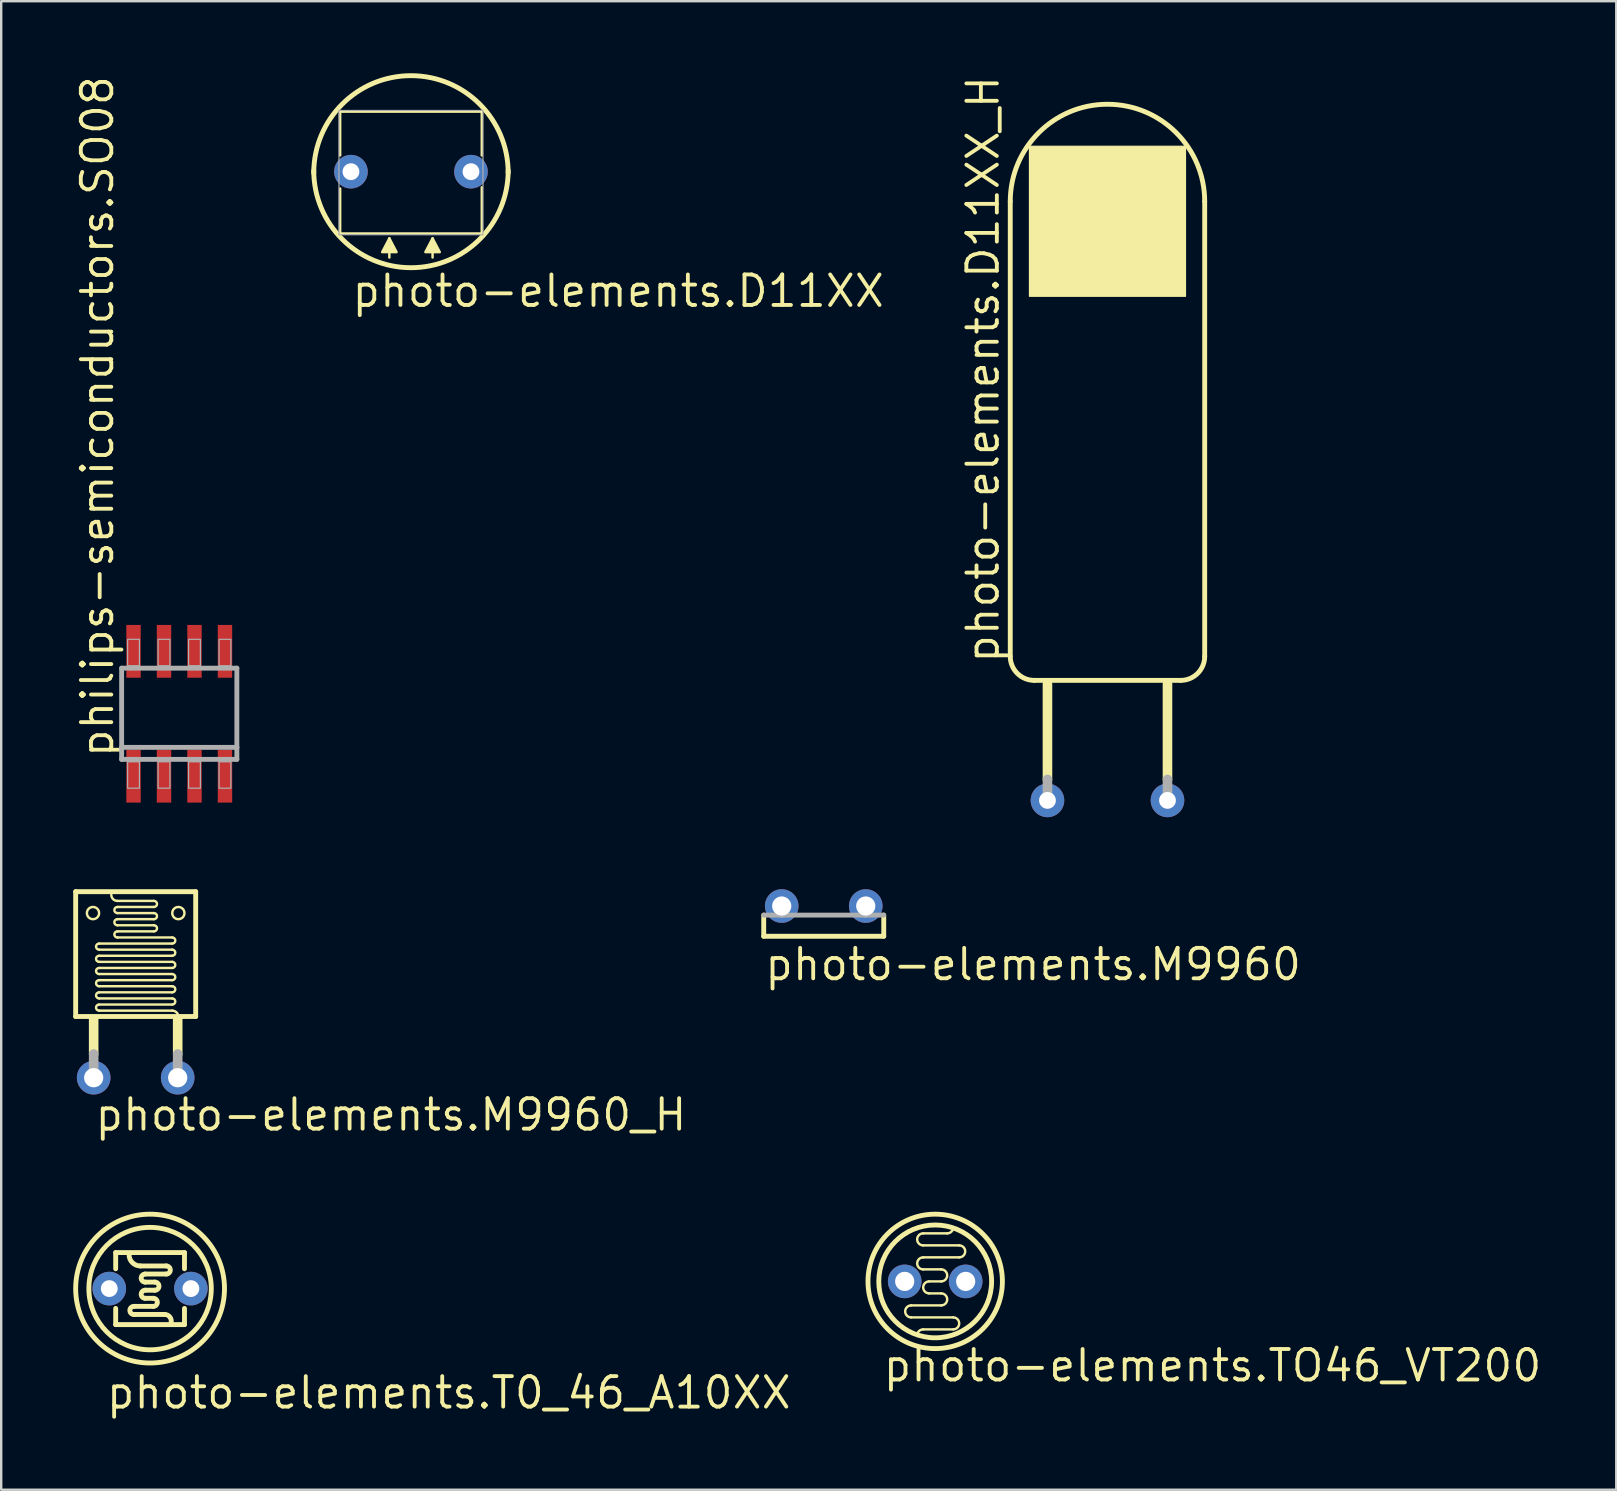
<source format=kicad_pcb>
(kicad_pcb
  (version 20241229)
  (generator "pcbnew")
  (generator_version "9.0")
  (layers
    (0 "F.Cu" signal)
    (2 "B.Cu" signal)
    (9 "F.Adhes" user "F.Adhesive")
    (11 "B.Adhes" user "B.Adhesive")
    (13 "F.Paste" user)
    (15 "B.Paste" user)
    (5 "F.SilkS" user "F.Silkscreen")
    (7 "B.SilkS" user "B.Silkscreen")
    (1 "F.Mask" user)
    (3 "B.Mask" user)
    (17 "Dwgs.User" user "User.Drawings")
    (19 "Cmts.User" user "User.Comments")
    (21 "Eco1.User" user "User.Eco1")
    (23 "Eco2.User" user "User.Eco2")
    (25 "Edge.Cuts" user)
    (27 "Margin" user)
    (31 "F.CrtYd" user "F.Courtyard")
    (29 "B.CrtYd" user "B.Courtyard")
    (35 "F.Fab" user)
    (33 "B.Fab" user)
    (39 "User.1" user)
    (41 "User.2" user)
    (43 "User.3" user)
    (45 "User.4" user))
  (footprint "photo-elements.D11XX"
    (layer "F.Cu")
    (at 14.07 4.102)
    (property "Reference" "photo-elements.D11XX" (at -2.54 5.715 0) (layer "F.SilkS") (effects (font (size 1.27 1.27) (thickness 0.16)) (justify left bottom)))
    (attr through_hole)
    (fp_line (start -2.95 -2.5) (end 2.95 -2.5) (stroke (width 0.102) (type default)) (layer "F.SilkS"))
    (fp_line (start -2.95 -0.675) (end -2.95 -2.5) (stroke (width 0.102) (type default)) (layer "F.SilkS"))
    (fp_line (start -2.95 2.575) (end -2.95 0.7) (stroke (width 0.102) (type default)) (layer "F.SilkS"))
    (fp_line (start -0.9 3.575) (end -0.9 2.775) (stroke (width 0.102) (type default)) (layer "F.SilkS"))
    (fp_line (start 0.9 3.575) (end 0.9 2.775) (stroke (width 0.102) (type default)) (layer "F.SilkS"))
    (fp_line (start 2.95 -2.5) (end 2.95 -0.675) (stroke (width 0.102) (type default)) (layer "F.SilkS"))
    (fp_line (start 2.95 0.65) (end 2.95 2.575) (stroke (width 0.102) (type default)) (layer "F.SilkS"))
    (fp_line (start 2.95 2.575) (end -2.95 2.575) (stroke (width 0.102) (type default)) (layer "F.SilkS"))
    (fp_arc (start -4.05 0.05) (mid 0 -4) (end 4.05 0.05) (stroke (width 0.2032) (type default)) (layer "F.SilkS"))
    (fp_arc (start 4.05 -0.05) (mid 0 4) (end -4.05 -0.05) (stroke (width 0.2032) (type default)) (layer "F.SilkS"))
    (fp_poly (pts (xy -0.9 2.775) (xy -1.2 3.35) (xy -0.6 3.35)) (stroke (width 0.102) (type default)) (fill yes) (layer "F.SilkS"))
    (fp_poly (pts (xy 0.9 2.775) (xy 0.6 3.35) (xy 1.2 3.35)) (stroke (width 0.102) (type default)) (fill yes) (layer "F.SilkS"))
    (fp_rect (start -3 2.625) (end 3 -2.55) (stroke (width 0.05) (type default)) (fill no) (layer "F.Fab"))
    (pad "1" thru_hole circle (at -2.5 0) (size 1.4 1.4) (drill 0.7) (layers "*.Cu" "*.Mask"))
    (pad "2" thru_hole circle (at 2.5 0) (size 1.4 1.4) (drill 0.7) (layers "*.Cu" "*.Mask")))
  (footprint "photo-elements.M9960_H"
    (layer "F.Cu")
    (at 2.602 41.845)
    (property "Reference" "photo-elements.M9960_H" (at -1.778 2.286 0) (layer "F.SilkS") (effects (font (size 1.27 1.27) (thickness 0.16)) (justify left bottom)))
    (attr through_hole)
    (fp_line (start -2.5 -7.75) (end 2.5 -7.75) (stroke (width 0.203) (type default)) (layer "F.SilkS"))
    (fp_line (start -2.5 -2.55) (end -2.5 -7.75) (stroke (width 0.203) (type default)) (layer "F.SilkS"))
    (fp_line (start -2.5 -2.55) (end 2.5 -2.55) (stroke (width 0.203) (type default)) (layer "F.SilkS"))
    (fp_line (start -1.75 -0.988) (end -1.75 -2.434) (stroke (width 0.4) (type default)) (layer "F.SilkS"))
    (fp_line (start -1.524 -5.588) (end 1.524 -5.588) (stroke (width 0.102) (type default)) (layer "F.SilkS"))
    (fp_line (start -1.524 -5.08) (end 1.524 -5.08) (stroke (width 0.102) (type default)) (layer "F.SilkS"))
    (fp_line (start -1.524 -4.572) (end 1.524 -4.572) (stroke (width 0.102) (type default)) (layer "F.SilkS"))
    (fp_line (start -1.524 -4.064) (end 1.524 -4.064) (stroke (width 0.102) (type default)) (layer "F.SilkS"))
    (fp_line (start -1.524 -3.556) (end 1.524 -3.556) (stroke (width 0.102) (type default)) (layer "F.SilkS"))
    (fp_line (start -1.524 -3.048) (end 1.524 -3.048) (stroke (width 0.102) (type default)) (layer "F.SilkS"))
    (fp_line (start -0.762 -7.112) (end 0.762 -7.112) (stroke (width 0.102) (type default)) (layer "F.SilkS"))
    (fp_line (start -0.762 -6.604) (end 0.762 -6.604) (stroke (width 0.102) (type default)) (layer "F.SilkS"))
    (fp_line (start -0.762 -6.096) (end 0.762 -6.096) (stroke (width 0.102) (type default)) (layer "F.SilkS"))
    (fp_line (start 0.762 -7.366) (end -0.762 -7.366) (stroke (width 0.102) (type default)) (layer "F.SilkS"))
    (fp_line (start 0.762 -6.858) (end -0.762 -6.858) (stroke (width 0.102) (type default)) (layer "F.SilkS"))
    (fp_line (start 0.762 -6.35) (end -0.762 -6.35) (stroke (width 0.102) (type default)) (layer "F.SilkS"))
    (fp_line (start 1.524 -5.842) (end -0.762 -5.842) (stroke (width 0.102) (type default)) (layer "F.SilkS"))
    (fp_line (start 1.524 -5.334) (end -1.524 -5.334) (stroke (width 0.102) (type default)) (layer "F.SilkS"))
    (fp_line (start 1.524 -4.826) (end -1.524 -4.826) (stroke (width 0.102) (type default)) (layer "F.SilkS"))
    (fp_line (start 1.524 -4.318) (end -1.524 -4.318) (stroke (width 0.102) (type default)) (layer "F.SilkS"))
    (fp_line (start 1.524 -3.81) (end -1.524 -3.81) (stroke (width 0.102) (type default)) (layer "F.SilkS"))
    (fp_line (start 1.524 -3.302) (end -1.524 -3.302) (stroke (width 0.102) (type default)) (layer "F.SilkS"))
    (fp_line (start 1.524 -2.794) (end -1.524 -2.794) (stroke (width 0.102) (type default)) (layer "F.SilkS"))
    (fp_line (start 1.75 -0.988) (end 1.75 -2.434) (stroke (width 0.4) (type default)) (layer "F.SilkS"))
    (fp_line (start 2.5 -2.55) (end 2.5 -7.75) (stroke (width 0.203) (type default)) (layer "F.SilkS"))
    (fp_arc (start -1.524 -5.334) (mid -1.651 -5.461) (end -1.524 -5.588) (stroke (width 0.1016) (type default)) (layer "F.SilkS"))
    (fp_arc (start -1.524 -4.826) (mid -1.651 -4.953) (end -1.524 -5.08) (stroke (width 0.1016) (type default)) (layer "F.SilkS"))
    (fp_arc (start -1.524 -4.318) (mid -1.651 -4.445) (end -1.524 -4.572) (stroke (width 0.1016) (type default)) (layer "F.SilkS"))
    (fp_arc (start -1.524 -3.81) (mid -1.651 -3.937) (end -1.524 -4.064) (stroke (width 0.1016) (type default)) (layer "F.SilkS"))
    (fp_arc (start -1.524 -3.302) (mid -1.651 -3.429) (end -1.524 -3.556) (stroke (width 0.1016) (type default)) (layer "F.SilkS"))
    (fp_arc (start -1.524 -2.794) (mid -1.651 -2.921) (end -1.524 -3.048) (stroke (width 0.1016) (type default)) (layer "F.SilkS"))
    (fp_arc (start -0.762 -7.366) (mid -0.941605 -7.440395) (end -1.016 -7.62) (stroke (width 0.1016) (type default)) (layer "F.SilkS"))
    (fp_arc (start -0.762 -6.858) (mid -0.889 -6.985) (end -0.762 -7.112) (stroke (width 0.1016) (type default)) (layer "F.SilkS"))
    (fp_arc (start -0.762 -6.35) (mid -0.889 -6.477) (end -0.762 -6.604) (stroke (width 0.1016) (type default)) (layer "F.SilkS"))
    (fp_arc (start -0.762 -5.842) (mid -0.889 -5.969) (end -0.762 -6.096) (stroke (width 0.1016) (type default)) (layer "F.SilkS"))
    (fp_arc (start 0.762 -7.366) (mid 0.889 -7.239) (end 0.762 -7.112) (stroke (width 0.1016) (type default)) (layer "F.SilkS"))
    (fp_arc (start 0.762 -6.858) (mid 0.889 -6.731) (end 0.762 -6.604) (stroke (width 0.1016) (type default)) (layer "F.SilkS"))
    (fp_arc (start 0.762 -6.35) (mid 0.889 -6.223) (end 0.762 -6.096) (stroke (width 0.1016) (type default)) (layer "F.SilkS"))
    (fp_arc (start 1.524 -5.842) (mid 1.651 -5.715) (end 1.524 -5.588) (stroke (width 0.1016) (type default)) (layer "F.SilkS"))
    (fp_arc (start 1.524 -5.334) (mid 1.651 -5.207) (end 1.524 -5.08) (stroke (width 0.1016) (type default)) (layer "F.SilkS"))
    (fp_arc (start 1.524 -4.826) (mid 1.651 -4.699) (end 1.524 -4.572) (stroke (width 0.1016) (type default)) (layer "F.SilkS"))
    (fp_arc (start 1.524 -4.318) (mid 1.651 -4.191) (end 1.524 -4.064) (stroke (width 0.1016) (type default)) (layer "F.SilkS"))
    (fp_arc (start 1.524 -3.81) (mid 1.651 -3.683) (end 1.524 -3.556) (stroke (width 0.1016) (type default)) (layer "F.SilkS"))
    (fp_arc (start 1.524 -3.302) (mid 1.651 -3.175) (end 1.524 -3.048) (stroke (width 0.1016) (type default)) (layer "F.SilkS"))
    (fp_arc (start 1.524 -2.794) (mid 1.703605 -2.719605) (end 1.778 -2.54) (stroke (width 0.1016) (type default)) (layer "F.SilkS"))
    (fp_circle (center -1.778 -6.858) (end -1.524 -6.858) (stroke (width 0.102) (type default)) (fill no) (layer "F.SilkS"))
    (fp_circle (center 1.778 -6.858) (end 2.032 -6.858) (stroke (width 0.102) (type default)) (fill no) (layer "F.SilkS"))
    (fp_line (start -1.75 0) (end -1.75 -0.988) (stroke (width 0.4) (type default)) (layer "F.Fab"))
    (fp_line (start 1.75 0) (end 1.75 -0.988) (stroke (width 0.4) (type default)) (layer "F.Fab"))
    (pad "1" thru_hole circle (at -1.75 0) (size 1.4 1.4) (drill 0.8) (layers "*.Cu" "*.Mask"))
    (pad "2" thru_hole circle (at 1.75 0) (size 1.4 1.4) (drill 0.8) (layers "*.Cu" "*.Mask")))
  (footprint "photo-elements.M9960"
    (layer "F.Cu")
    (at 31.265 34.693)
    (property "Reference" "photo-elements.M9960" (at -2.54 3.175 0) (layer "F.SilkS") (effects (font (size 1.27 1.27) (thickness 0.16)) (justify left bottom)))
    (attr through_hole)
    (fp_line (start -2.5 1.26) (end -2.5 0.378) (stroke (width 0.203) (type default)) (layer "F.SilkS"))
    (fp_line (start -2.5 1.26) (end 2.5 1.26) (stroke (width 0.203) (type default)) (layer "F.SilkS"))
    (fp_line (start 2.5 1.26) (end 2.5 0.378) (stroke (width 0.203) (type default)) (layer "F.SilkS"))
    (fp_line (start -2.5 0.378) (end 2.5 0.378) (stroke (width 0.203) (type default)) (layer "F.Fab"))
    (fp_line (start -1.75 0) (end -1.75 0.282) (stroke (width 0.4) (type default)) (layer "F.Fab"))
    (fp_line (start 1.75 0) (end 1.75 0.282) (stroke (width 0.4) (type default)) (layer "F.Fab"))
    (pad "1" thru_hole circle (at -1.75 0) (size 1.4 1.4) (drill 0.8) (layers "*.Cu" "*.Mask"))
    (pad "2" thru_hole circle (at 1.75 0) (size 1.4 1.4) (drill 0.8) (layers "*.Cu" "*.Mask")))
  (footprint "photo-elements.TO46_VT200"
    (layer "F.Cu")
    (at 35.908 50.33)
    (property "Reference" "photo-elements.TO46_VT200" (at -2.25 4.25 0) (layer "F.SilkS") (effects (font (size 1.27 1.27) (thickness 0.16)) (justify left bottom)))
    (attr through_hole)
    (fp_line (start -1 1.5) (end 0.75 1.5) (stroke (width 0.102) (type default)) (layer "F.SilkS"))
    (fp_line (start -0.5 -2) (end 0.5 -2) (stroke (width 0.102) (type default)) (layer "F.SilkS"))
    (fp_line (start -0.5 -1.5) (end 1 -1.5) (stroke (width 0.102) (type default)) (layer "F.SilkS"))
    (fp_line (start -0.5 -0.5) (end 0.25 -0.5) (stroke (width 0.102) (type default)) (layer "F.SilkS"))
    (fp_line (start -0.25 0.5) (end 0.25 0.5) (stroke (width 0.102) (type default)) (layer "F.SilkS"))
    (fp_line (start 0.25 0) (end -0.25 0) (stroke (width 0.102) (type default)) (layer "F.SilkS"))
    (fp_line (start 0.25 1) (end -1 1) (stroke (width 0.102) (type default)) (layer "F.SilkS"))
    (fp_line (start 0.75 2) (end -0.5 2) (stroke (width 0.102) (type default)) (layer "F.SilkS"))
    (fp_line (start 1 -1) (end -0.5 -1) (stroke (width 0.102) (type default)) (layer "F.SilkS"))
    (fp_arc (start -1 1.5) (mid -1.25 1.25) (end -1 1) (stroke (width 0.1016) (type default)) (layer "F.SilkS"))
    (fp_arc (start -0.75 2.25) (mid -0.676777 2.073223) (end -0.5 2) (stroke (width 0.1016) (type default)) (layer "F.SilkS"))
    (fp_arc (start -0.5 -1.5) (mid -0.75 -1.75) (end -0.5 -2) (stroke (width 0.1016) (type default)) (layer "F.SilkS"))
    (fp_arc (start -0.5 -0.5) (mid -0.75 -0.75) (end -0.5 -1) (stroke (width 0.1016) (type default)) (layer "F.SilkS"))
    (fp_arc (start -0.25 0.5) (mid -0.5 0.25) (end -0.25 0) (stroke (width 0.1016) (type default)) (layer "F.SilkS"))
    (fp_arc (start 0.25 -0.5) (mid 0.5 -0.25) (end 0.25 0) (stroke (width 0.1016) (type default)) (layer "F.SilkS"))
    (fp_arc (start 0.25 0.5) (mid 0.5 0.75) (end 0.25 1) (stroke (width 0.1016) (type default)) (layer "F.SilkS"))
    (fp_arc (start 0.75 -2.25) (mid 0.676777 -2.073223) (end 0.5 -2) (stroke (width 0.1016) (type default)) (layer "F.SilkS"))
    (fp_arc (start 0.75 1.5) (mid 1 1.75) (end 0.75 2) (stroke (width 0.1016) (type default)) (layer "F.SilkS"))
    (fp_arc (start 1 -1.5) (mid 1.25 -1.25) (end 1 -1) (stroke (width 0.1016) (type default)) (layer "F.SilkS"))
    (fp_circle (center 0 0) (end 2.35 0) (stroke (width 0.203) (type default)) (fill no) (layer "F.SilkS"))
    (fp_circle (center 0 0) (end 2.8 0) (stroke (width 0.203) (type default)) (fill no) (layer "F.SilkS"))
    (pad "1" thru_hole circle (at -1.27 0) (size 1.4 1.4) (drill 0.8) (layers "*.Cu" "*.Mask"))
    (pad "2" thru_hole circle (at 1.27 0) (size 1.4 1.4) (drill 0.8) (layers "*.Cu" "*.Mask")))
  (footprint "photo-elements.T0_46_A10XX"
    (layer "F.Cu")
    (at 3.202 50.63)
    (property "Reference" "photo-elements.T0_46_A10XX" (at -1.905 5.08 0) (layer "F.SilkS") (effects (font (size 1.27 1.27) (thickness 0.16)) (justify left bottom)))
    (attr through_hole)
    (fp_line (start -1.433 -1.5) (end -1.433 -0.825) (stroke (width 0.203) (type default)) (layer "F.SilkS"))
    (fp_line (start -1.433 0.825) (end -1.433 1.5) (stroke (width 0.203) (type default)) (layer "F.SilkS"))
    (fp_line (start -1.433 1.5) (end 1.433 1.5) (stroke (width 0.203) (type default)) (layer "F.SilkS"))
    (fp_line (start -0.674 1.078) (end 0.606 1.078) (stroke (width 0.203) (type default)) (layer "F.SilkS"))
    (fp_line (start -0.404 -0.943) (end 0.674 -0.943) (stroke (width 0.203) (type default)) (layer "F.SilkS"))
    (fp_line (start -0.202 -0.27) (end 0.202 -0.27) (stroke (width 0.203) (type default)) (layer "F.SilkS"))
    (fp_line (start -0.202 0.404) (end 0.135 0.404) (stroke (width 0.203) (type default)) (layer "F.SilkS"))
    (fp_line (start 0.135 0.741) (end -0.674 0.741) (stroke (width 0.203) (type default)) (layer "F.SilkS"))
    (fp_line (start 0.202 0.067) (end -0.202 0.067) (stroke (width 0.203) (type default)) (layer "F.SilkS"))
    (fp_line (start 0.674 -0.606) (end -0.202 -0.606) (stroke (width 0.203) (type default)) (layer "F.SilkS"))
    (fp_line (start 1.433 -1.5) (end -1.433 -1.5) (stroke (width 0.203) (type default)) (layer "F.SilkS"))
    (fp_line (start 1.433 -0.825) (end 1.433 -1.5) (stroke (width 0.203) (type default)) (layer "F.SilkS"))
    (fp_line (start 1.433 1.5) (end 1.433 0.825) (stroke (width 0.203) (type default)) (layer "F.SilkS"))
    (fp_arc (start -0.6737 1.0779) (mid -0.84215 0.90945) (end -0.6737 0.741) (stroke (width 0.2032) (type default)) (layer "F.SilkS"))
    (fp_arc (start -0.4042 -0.9432) (mid -0.737651 -1.081278) (end -0.8758 -1.4147) (stroke (width 0.2032) (type default)) (layer "F.SilkS"))
    (fp_arc (start -0.2021 -0.2695) (mid -0.3705 -0.4379) (end -0.2021 -0.6063) (stroke (width 0.2032) (type default)) (layer "F.SilkS"))
    (fp_arc (start -0.2021 0.4042) (mid -0.3705 0.2358) (end -0.2021 0.0674) (stroke (width 0.2032) (type default)) (layer "F.SilkS"))
    (fp_arc (start 0.1347 0.4042) (mid 0.3031 0.5726) (end 0.1347 0.741) (stroke (width 0.2032) (type default)) (layer "F.SilkS"))
    (fp_arc (start 0.2021 -0.2695) (mid 0.37055 -0.10105) (end 0.2021 0.0674) (stroke (width 0.2032) (type default)) (layer "F.SilkS"))
    (fp_arc (start 0.6063 1.0779) (mid 0.821976 1.181545) (end 0.8758 1.4147) (stroke (width 0.2032) (type default)) (layer "F.SilkS"))
    (fp_arc (start 0.6737 -0.9432) (mid 0.84215 -0.77475) (end 0.6737 -0.6063) (stroke (width 0.2032) (type default)) (layer "F.SilkS"))
    (fp_circle (center 0 0) (end 2.55 0) (stroke (width 0.203) (type default)) (fill no) (layer "F.SilkS"))
    (fp_circle (center 0 0) (end 3.1 0) (stroke (width 0.203) (type default)) (fill no) (layer "F.SilkS"))
    (pad "1" thru_hole circle (at -1.7 0) (size 1.4 1.4) (drill 0.7) (layers "*.Cu" "*.Mask"))
    (pad "2" thru_hole circle (at 1.7 0) (size 1.4 1.4) (drill 0.7) (layers "*.Cu" "*.Mask")))
  (footprint "philips-semiconductors.SO08"
    (layer "F.Cu")
    (at 4.417 26.684)
    (property "Reference" "philips-semiconductors.SO08" (at -2.667 1.905 90) (layer "F.SilkS") (effects (font (size 1.27 1.27) (thickness 0.16)) (justify left bottom)))
    (attr smd)
    (fp_line (start -2.4 -1.9) (end 2.4 -1.9) (stroke (width 0.203) (type default)) (layer "F.Fab"))
    (fp_line (start -2.4 1.4) (end -2.4 -1.9) (stroke (width 0.203) (type default)) (layer "F.Fab"))
    (fp_line (start -2.4 1.9) (end -2.4 1.4) (stroke (width 0.203) (type default)) (layer "F.Fab"))
    (fp_line (start 2.4 -1.9) (end 2.4 1.4) (stroke (width 0.203) (type default)) (layer "F.Fab"))
    (fp_line (start 2.4 1.4) (end -2.4 1.4) (stroke (width 0.203) (type default)) (layer "F.Fab"))
    (fp_line (start 2.4 1.4) (end 2.4 1.9) (stroke (width 0.203) (type default)) (layer "F.Fab"))
    (fp_line (start 2.4 1.9) (end -2.4 1.9) (stroke (width 0.203) (type default)) (layer "F.Fab"))
    (fp_rect (start -2.15 -2) (end -1.66 -3.1) (stroke (width 0.05) (type default)) (fill no) (layer "F.Fab"))
    (fp_rect (start -2.15 3.1) (end -1.66 2) (stroke (width 0.05) (type default)) (fill no) (layer "F.Fab"))
    (fp_rect (start -0.88 -2) (end -0.39 -3.1) (stroke (width 0.05) (type default)) (fill no) (layer "F.Fab"))
    (fp_rect (start -0.88 3.1) (end -0.39 2) (stroke (width 0.05) (type default)) (fill no) (layer "F.Fab"))
    (fp_rect (start 0.39 -2) (end 0.88 -3.1) (stroke (width 0.05) (type default)) (fill no) (layer "F.Fab"))
    (fp_rect (start 0.39 3.1) (end 0.88 2) (stroke (width 0.05) (type default)) (fill no) (layer "F.Fab"))
    (fp_rect (start 1.66 -2) (end 2.15 -3.1) (stroke (width 0.05) (type default)) (fill no) (layer "F.Fab"))
    (fp_rect (start 1.66 3.1) (end 2.15 2) (stroke (width 0.05) (type default)) (fill no) (layer "F.Fab"))
    (pad "1" smd roundrect (at -1.905 2.6) (size 0.6 2.2) (layers "F.Cu" "F.Mask" "F.Paste") (roundrect_rratio 0.01))
    (pad "2" smd roundrect (at -0.635 2.6) (size 0.6 2.2) (layers "F.Cu" "F.Mask" "F.Paste") (roundrect_rratio 0.01))
    (pad "3" smd roundrect (at 0.635 2.6) (size 0.6 2.2) (layers "F.Cu" "F.Mask" "F.Paste") (roundrect_rratio 0.01))
    (pad "4" smd roundrect (at 1.905 2.6) (size 0.6 2.2) (layers "F.Cu" "F.Mask" "F.Paste") (roundrect_rratio 0.01))
    (pad "5" smd roundrect (at 1.905 -2.6) (size 0.6 2.2) (layers "F.Cu" "F.Mask" "F.Paste") (roundrect_rratio 0.01))
    (pad "6" smd roundrect (at 0.635 -2.6) (size 0.6 2.2) (layers "F.Cu" "F.Mask" "F.Paste") (roundrect_rratio 0.01))
    (pad "7" smd roundrect (at -0.635 -2.6) (size 0.6 2.2) (layers "F.Cu" "F.Mask" "F.Paste") (roundrect_rratio 0.01))
    (pad "8" smd roundrect (at -1.905 -2.6) (size 0.6 2.2) (layers "F.Cu" "F.Mask" "F.Paste") (roundrect_rratio 0.01)))
  (footprint "photo-elements.D11XX_H"
    (layer "F.Cu")
    (at 43.085 25.293)
    (property "Reference" "photo-elements.D11XX_H" (at -4.445 -0.635 90) (layer "F.SilkS") (effects (font (size 1.27 1.27) (thickness 0.16)) (justify left bottom)))
    (attr through_hole)
    (fp_line (start -4.05 -1) (end -4.05 -19.95) (stroke (width 0.203) (type default)) (layer "F.SilkS"))
    (fp_line (start -2.5 4.125) (end -2.5 0.15) (stroke (width 0.4) (type default)) (layer "F.SilkS"))
    (fp_line (start 2.5 4.125) (end 2.5 0.15) (stroke (width 0.4) (type default)) (layer "F.SilkS"))
    (fp_line (start 3.05 0) (end -3.05 0) (stroke (width 0.203) (type default)) (layer "F.SilkS"))
    (fp_line (start 4.05 -19.95) (end 4.05 -1) (stroke (width 0.203) (type default)) (layer "F.SilkS"))
    (fp_rect (start -3.25 -16) (end 3.25 -22.25) (stroke (width 0.05) (type default)) (fill yes) (layer "F.SilkS"))
    (fp_arc (start -4.05 -19.95) (mid 0 -24) (end 4.05 -19.95) (stroke (width 0.2032) (type default)) (layer "F.SilkS"))
    (fp_arc (start -3.05 0) (mid -3.757107 -0.292893) (end -4.05 -1) (stroke (width 0.2032) (type default)) (layer "F.SilkS"))
    (fp_arc (start 4.05 -1) (mid 3.757107 -0.292893) (end 3.05 0) (stroke (width 0.2032) (type default)) (layer "F.SilkS"))
    (fp_line (start -2.5 5) (end -2.5 4.125) (stroke (width 0.4) (type default)) (layer "F.Fab"))
    (fp_line (start 2.5 5) (end 2.5 4.125) (stroke (width 0.4) (type default)) (layer "F.Fab"))
    (pad "1" thru_hole circle (at -2.5 5) (size 1.4 1.4) (drill 0.7) (layers "*.Cu" "*.Mask"))
    (pad "2" thru_hole circle (at 2.5 5) (size 1.4 1.4) (drill 0.7) (layers "*.Cu" "*.Mask")))
  (gr_rect
    (start -3 -3)
    (end 64.28 59.008)
    (stroke (width 0.1) (type default))
    (fill no)
    (layer "Edge.Cuts")))
</source>
